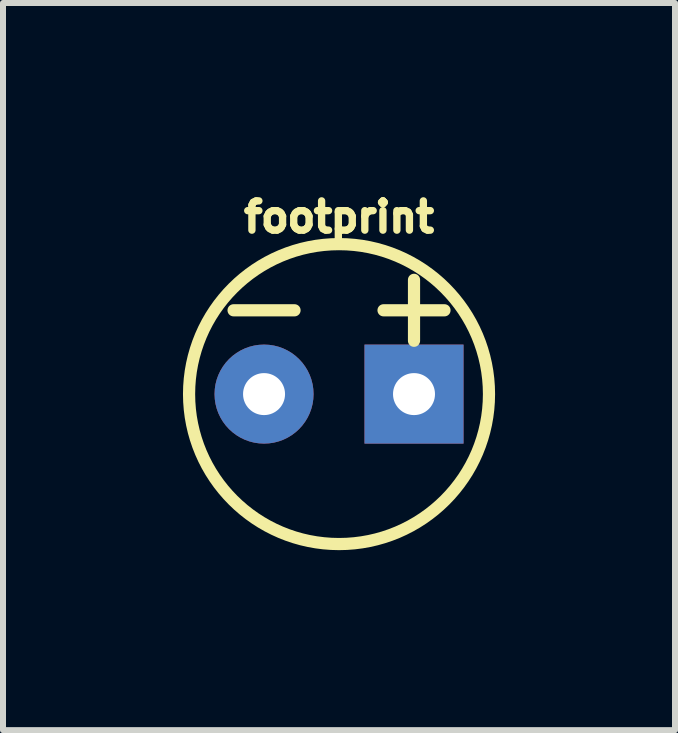
<source format=kicad_pcb>
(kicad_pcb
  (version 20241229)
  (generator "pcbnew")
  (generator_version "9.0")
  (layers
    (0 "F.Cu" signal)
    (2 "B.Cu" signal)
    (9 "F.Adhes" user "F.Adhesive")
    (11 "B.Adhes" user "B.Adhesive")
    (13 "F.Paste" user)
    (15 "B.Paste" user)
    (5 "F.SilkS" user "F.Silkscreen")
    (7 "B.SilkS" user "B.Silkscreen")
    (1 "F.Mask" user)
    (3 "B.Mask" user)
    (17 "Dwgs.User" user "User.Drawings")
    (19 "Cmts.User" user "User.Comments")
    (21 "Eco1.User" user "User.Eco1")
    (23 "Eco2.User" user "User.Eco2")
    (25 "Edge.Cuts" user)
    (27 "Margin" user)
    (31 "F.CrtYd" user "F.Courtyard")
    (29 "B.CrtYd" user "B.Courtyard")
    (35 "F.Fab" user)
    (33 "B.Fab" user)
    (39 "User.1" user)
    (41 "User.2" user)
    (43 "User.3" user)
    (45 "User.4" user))
  (footprint "footprint"
    (layer "F.Cu")
    (at 2.602 3.52)
    (property "Reference" "footprint" (at 0 -2.667 0) (layer "F.SilkS") (effects (font (size 0.488 0.488) (thickness 0.122)) (justify bottom)))
    (fp_line (start -0.742 -1.397) (end -1.758 -1.397) (stroke (width 0.203) (type solid)) (layer "F.SilkS"))
    (fp_line (start 1.25 -1.905) (end 1.25 -0.889) (stroke (width 0.203) (type solid)) (layer "F.SilkS"))
    (fp_line (start 1.758 -1.397) (end 0.742 -1.397) (stroke (width 0.203) (type solid)) (layer "F.SilkS"))
    (fp_circle (center 0 0) (end 2.5 0) (stroke (width 0.203) (type solid)) (fill no) (layer "F.SilkS"))
    (pad "1" thru_hole rect (at 1.25 0) (size 1.651 1.651) (drill 0.7) (layers "*.Cu" "*.Mask"))
    (pad "2" thru_hole circle (at -1.25 0) (size 1.651 1.651) (drill 0.7) (layers "*.Cu" "*.Mask")))
  (gr_rect
    (start -3 -3)
    (end 8.203 9.122)
    (stroke (width 0.1) (type default))
    (fill no)
    (layer "Edge.Cuts")))
</source>
